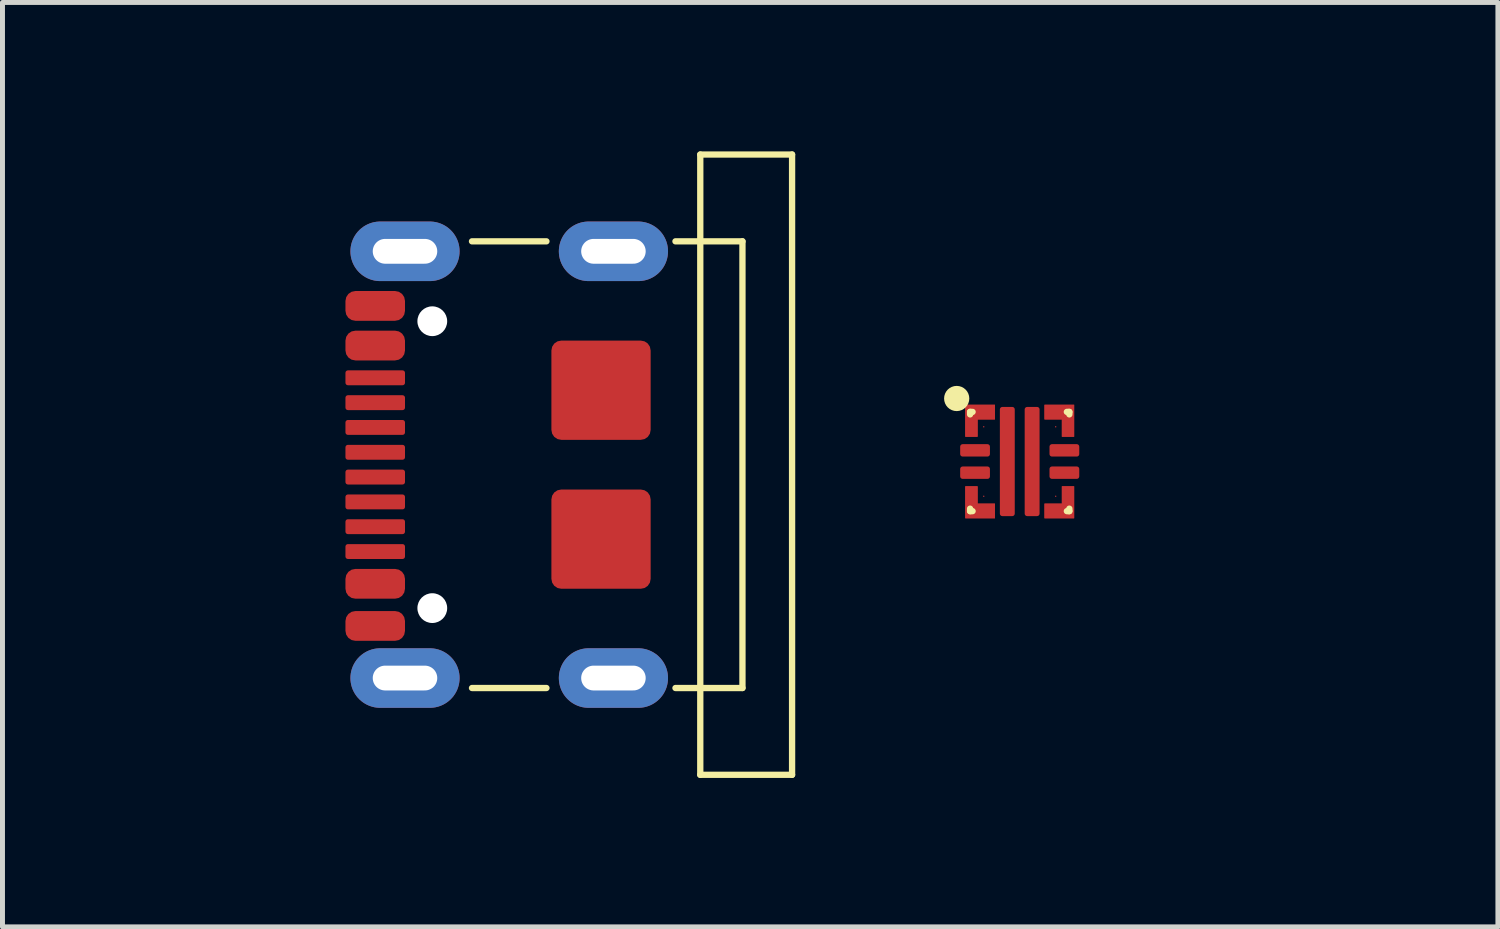
<source format=kicad_pcb>
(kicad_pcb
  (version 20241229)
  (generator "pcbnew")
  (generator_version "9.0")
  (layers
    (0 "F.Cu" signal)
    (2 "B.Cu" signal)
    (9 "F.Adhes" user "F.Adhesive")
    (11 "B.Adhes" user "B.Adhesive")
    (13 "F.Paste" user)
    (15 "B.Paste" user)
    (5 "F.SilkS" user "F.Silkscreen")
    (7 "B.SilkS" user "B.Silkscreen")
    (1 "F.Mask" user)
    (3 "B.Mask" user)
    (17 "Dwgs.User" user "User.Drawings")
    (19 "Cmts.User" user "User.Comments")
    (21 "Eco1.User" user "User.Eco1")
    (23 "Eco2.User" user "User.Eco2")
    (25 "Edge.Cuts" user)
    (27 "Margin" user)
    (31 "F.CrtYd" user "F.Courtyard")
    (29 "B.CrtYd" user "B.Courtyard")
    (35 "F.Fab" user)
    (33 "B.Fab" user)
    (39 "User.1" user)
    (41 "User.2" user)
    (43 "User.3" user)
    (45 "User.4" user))
  (footprint "USB2_0_TYPE_C"
    (layer "F.Cu")
    (at 8.244 6.25)
    (property "Reference" "USB2_0_TYPE_C" (at -0.191 0 270) (unlocked yes) (layer "Eco1.User") (effects (font (size 0.33 0.33) (thickness 0.02)) (justify left bottom mirror)))
    (fp_line (start -0.283 -4.437) (end -1.783 -4.437) (stroke (width 0.127) (type solid)) (layer "F.SilkS"))
    (fp_line (start -0.283 4.564) (end -1.783 4.564) (stroke (width 0.127) (type solid)) (layer "F.SilkS"))
    (fp_line (start 2.817 6.313) (end 2.817 -6.186) (stroke (width 0.127) (type solid)) (layer "F.SilkS"))
    (fp_line (start 3.667 -4.437) (end 2.317 -4.437) (stroke (width 0.127) (type solid)) (layer "F.SilkS"))
    (fp_line (start 3.667 4.564) (end 2.317 4.564) (stroke (width 0.127) (type solid)) (layer "F.SilkS"))
    (fp_line (start 3.667 4.564) (end 3.667 -4.437) (stroke (width 0.127) (type solid)) (layer "F.SilkS"))
    (fp_line (start 4.667 -6.186) (end 2.817 -6.186) (stroke (width 0.127) (type solid)) (layer "F.SilkS"))
    (fp_line (start 4.667 6.313) (end 2.817 6.313) (stroke (width 0.127) (type solid)) (layer "F.SilkS"))
    (fp_line (start 4.667 6.313) (end 4.667 -6.186) (stroke (width 0.127) (type solid)) (layer "F.SilkS"))
    (fp_line (start -3.683 4.508) (end -3.683 -4.508) (stroke (width 0.025) (type solid)) (layer "Eco1.User"))
    (fp_line (start 3.683 -4.508) (end -3.683 -4.508) (stroke (width 0.025) (type solid)) (layer "Eco1.User"))
    (fp_line (start 3.683 4.508) (end -3.683 4.508) (stroke (width 0.025) (type solid)) (layer "Eco1.User"))
    (fp_line (start 3.683 4.508) (end 3.683 -4.508) (stroke (width 0.025) (type solid)) (layer "Eco1.User"))
    (fp_poly (pts (xy 3.683 -4.508) (xy 3.683 4.508) (xy -3.683 4.508) (xy -3.683 -4.508)) (stroke (width 0.1) (type default)) (fill no) (layer "User.8"))
    (fp_text user "B9" (at -4.827 2.464 90) (unlocked yes) (layer "Eco1.User") (effects (font (size 0.635 0.635) (thickness 0.041)) (justify left bottom mirror)))
    (fp_text user "B1" (at -4.827 -3.136 90) (unlocked yes) (layer "Eco1.User") (effects (font (size 0.635 0.635) (thickness 0.041)) (justify left bottom mirror)))
    (fp_text user "S1" (at 0.559 4.286 0) (unlocked yes) (layer "Eco1.User") (effects (font (size 0.635 0.635) (thickness 0.041)) (justify left bottom mirror)))
    (fp_text user "B12" (at -5.335 3.313 90) (unlocked yes) (layer "Eco1.User") (effects (font (size 0.635 0.635) (thickness 0.041)) (justify left bottom mirror)))
    (fp_text user "B6" (at -4.827 -0.687 90) (unlocked yes) (layer "Eco1.User") (effects (font (size 0.635 0.635) (thickness 0.041)) (justify left bottom mirror)))
    (fp_text user "USB2.0 Type C" (at -1.143 -1.03 0) (unlocked yes) (layer "Eco1.User") (effects (font (size 0.635 0.635) (thickness 0.041)) (justify left bottom mirror)))
    (fp_text user "B5" (at -4.827 -1.687 90) (unlocked yes) (layer "Eco1.User") (effects (font (size 0.635 0.635) (thickness 0.041)) (justify left bottom mirror)))
    (fp_text user "B7" (at -4.827 0.814 90) (unlocked yes) (layer "Eco1.User") (effects (font (size 0.635 0.635) (thickness 0.041)) (justify left bottom mirror)))
    (fp_text user "B8" (at -4.827 1.814 90) (unlocked yes) (layer "Eco1.User") (effects (font (size 0.635 0.635) (thickness 0.041)) (justify left bottom mirror)))
    (fp_text user "S5" (at -0.277 1.564 90) (unlocked yes) (layer "Eco1.User") (effects (font (size 0.635 0.635) (thickness 0.041)) (justify left bottom mirror)))
    (fp_text user "A5" (at -4.827 1.313 90) (unlocked yes) (layer "Eco1.User") (effects (font (size 0.635 0.635) (thickness 0.041)) (justify left bottom mirror)))
    (fp_text user "S3" (at 0.559 -4.314 0) (unlocked yes) (layer "Eco1.User") (effects (font (size 0.635 0.635) (thickness 0.041)) (justify left bottom mirror)))
    (fp_text user "A8" (at -4.827 -1.186 90) (unlocked yes) (layer "Eco1.User") (effects (font (size 0.635 0.635) (thickness 0.041)) (justify left bottom mirror)))
    (fp_text user "S4" (at -3.641 -4.314 0) (unlocked yes) (layer "Eco1.User") (effects (font (size 0.635 0.635) (thickness 0.041)) (justify left bottom mirror)))
    (fp_text user "A6" (at -4.827 0.313 90) (unlocked yes) (layer "Eco1.User") (effects (font (size 0.635 0.635) (thickness 0.041)) (justify left bottom mirror)))
    (fp_text user "B4" (at -4.827 -2.337 90) (unlocked yes) (layer "Eco1.User") (effects (font (size 0.635 0.635) (thickness 0.041)) (justify left bottom mirror)))
    (fp_text user "S2" (at -3.641 4.286 0) (unlocked yes) (layer "Eco1.User") (effects (font (size 0.635 0.635) (thickness 0.041)) (justify left bottom mirror)))
    (fp_text user "A7" (at -4.827 -0.186 90) (unlocked yes) (layer "Eco1.User") (effects (font (size 0.635 0.635) (thickness 0.041)) (justify left bottom mirror)))
    (fp_text user "S6" (at -0.277 -1.437 90) (unlocked yes) (layer "Eco1.User") (effects (font (size 0.635 0.635) (thickness 0.041)) (justify left bottom mirror)))
    (pad "" np_thru_hole circle (at -2.583 -2.827 180) (size 0.6 0.6) (drill 0.6) (layers "*.Cu" "*.Mask"))
    (pad "" np_thru_hole circle (at -2.583 2.954 180) (size 0.6 0.6) (drill 0.6) (layers "*.Cu" "*.Mask"))
    (pad "A5" smd roundrect (at -3.733 1.313 90) (size 0.3 1.2) (layers "F.Cu" "F.Mask" "F.Paste") (roundrect_rratio 0.165))
    (pad "A6" smd roundrect (at -3.733 0.313 90) (size 0.3 1.2) (layers "F.Cu" "F.Mask" "F.Paste") (roundrect_rratio 0.165))
    (pad "A7" smd roundrect (at -3.733 -0.186 90) (size 0.3 1.2) (layers "F.Cu" "F.Mask" "F.Paste") (roundrect_rratio 0.165))
    (pad "A8" smd roundrect (at -3.733 -1.186 90) (size 0.3 1.2) (layers "F.Cu" "F.Mask" "F.Paste") (roundrect_rratio 0.165))
    (pad "B1" smd roundrect (at -3.733 -3.136 90) (size 0.6 1.2) (layers "F.Cu" "F.Mask" "F.Paste") (roundrect_rratio 0.335))
    (pad "B4" smd roundrect (at -3.733 -2.337 90) (size 0.6 1.2) (layers "F.Cu" "F.Mask" "F.Paste") (roundrect_rratio 0.335))
    (pad "B5" smd roundrect (at -3.733 -1.687 90) (size 0.3 1.2) (layers "F.Cu" "F.Mask" "F.Paste") (roundrect_rratio 0.165))
    (pad "B6" smd roundrect (at -3.733 -0.687 90) (size 0.3 1.2) (layers "F.Cu" "F.Mask" "F.Paste") (roundrect_rratio 0.165))
    (pad "B7" smd roundrect (at -3.733 0.814 90) (size 0.3 1.2) (layers "F.Cu" "F.Mask" "F.Paste") (roundrect_rratio 0.165))
    (pad "B8" smd roundrect (at -3.733 1.814 90) (size 0.3 1.2) (layers "F.Cu" "F.Mask" "F.Paste") (roundrect_rratio 0.165))
    (pad "B9" smd roundrect (at -3.733 2.464 90) (size 0.6 1.2) (layers "F.Cu" "F.Mask" "F.Paste") (roundrect_rratio 0.335))
    (pad "B12" smd roundrect (at -3.733 3.313 90) (size 0.6 1.2) (layers "F.Cu" "F.Mask" "F.Paste") (roundrect_rratio 0.335))
    (pad "S1" thru_hole oval (at 1.067 4.363 180) (size 2.2 1.2) (drill oval 1.3 0.5) (layers "*.Cu" "*.Mask"))
    (pad "S2" thru_hole oval (at -3.133 4.363 180) (size 2.2 1.2) (drill oval 1.3 0.5) (layers "*.Cu" "*.Mask"))
    (pad "S3" thru_hole oval (at 1.067 -4.236 180) (size 2.2 1.2) (drill oval 1.3 0.5) (layers "*.Cu" "*.Mask"))
    (pad "S4" thru_hole oval (at -3.133 -4.236 180) (size 2.2 1.2) (drill oval 1.3 0.5) (layers "*.Cu" "*.Mask"))
    (pad "S5" smd roundrect (at 0.817 1.564 90) (size 2 2) (layers "F.Cu" "F.Mask" "F.Paste") (roundrect_rratio 0.1))
    (pad "S6" smd roundrect (at 0.817 -1.437 90) (size 2 2) (layers "F.Cu" "F.Mask" "F.Paste") (roundrect_rratio 0.1)))
  (footprint "VQFN10_0D45_2X2X1MM"
    (layer "F.Cu")
    (at 17.498 6.25)
    (property "Reference" "VQFN10_0D45_2X2X1MM" (at 0.206 -0.264 270) (unlocked yes) (layer "Eco1.User") (effects (font (size 0.33 0.33) (thickness 0.02)) (justify left bottom mirror)))
    (fp_poly (pts (xy -0.551 -1.247) (xy -0.899 -1.247) (xy -0.899 -0.898) (xy -1.249 -0.898) (xy -1.249 -0.502) (xy -0.551 -0.502)) (stroke (width 0.1) (type dash)) (fill no) (layer "F.Mask"))
    (fp_poly (pts (xy -0.551 -1.247) (xy -0.899 -1.247) (xy -0.899 -0.898) (xy -1.249 -0.898) (xy -1.249 -0.502) (xy -0.551 -0.502)) (stroke (width 0.1) (type dash)) (fill no) (layer "F.Mask"))
    (fp_poly (pts (xy -0.551 1.247) (xy -0.899 1.247) (xy -0.899 0.898) (xy -1.249 0.898) (xy -1.249 0.502) (xy -0.551 0.502)) (stroke (width 0.1) (type dash)) (fill no) (layer "F.Mask"))
    (fp_poly (pts (xy -0.551 1.247) (xy -0.899 1.247) (xy -0.899 0.898) (xy -1.249 0.898) (xy -1.249 0.502) (xy -0.551 0.502)) (stroke (width 0.1) (type dash)) (fill no) (layer "F.Mask"))
    (fp_poly (pts (xy 0.551 -1.247) (xy 0.899 -1.247) (xy 0.899 -0.898) (xy 1.249 -0.898) (xy 1.249 -0.502) (xy 0.551 -0.502)) (stroke (width 0.1) (type dash)) (fill no) (layer "F.Mask"))
    (fp_poly (pts (xy 0.551 -1.247) (xy 0.899 -1.247) (xy 0.899 -0.898) (xy 1.249 -0.898) (xy 1.249 -0.502) (xy 0.551 -0.502)) (stroke (width 0.1) (type dash)) (fill no) (layer "F.Mask"))
    (fp_poly (pts (xy 0.551 1.247) (xy 0.899 1.247) (xy 0.899 0.898) (xy 1.249 0.898) (xy 1.249 0.502) (xy 0.551 0.502)) (stroke (width 0.1) (type dash)) (fill no) (layer "F.Mask"))
    (fp_poly (pts (xy 0.551 1.247) (xy 0.899 1.247) (xy 0.899 0.898) (xy 1.249 0.898) (xy 1.249 0.502) (xy 0.551 0.502)) (stroke (width 0.1) (type dash)) (fill no) (layer "F.Mask"))
    (fp_line (start -1 -1) (end -0.95 -1) (stroke (width 0.127) (type solid)) (layer "F.SilkS"))
    (fp_line (start -1 -0.95) (end -1 -1) (stroke (width 0.127) (type solid)) (layer "F.SilkS"))
    (fp_line (start -1 1) (end -1 0.95) (stroke (width 0.127) (type solid)) (layer "F.SilkS"))
    (fp_line (start -1 1) (end -0.95 1) (stroke (width 0.127) (type solid)) (layer "F.SilkS"))
    (fp_line (start 0.95 -1) (end 1 -1) (stroke (width 0.127) (type solid)) (layer "F.SilkS"))
    (fp_line (start 0.95 1) (end 1 1) (stroke (width 0.127) (type solid)) (layer "F.SilkS"))
    (fp_line (start 1 -0.95) (end 1 -1) (stroke (width 0.127) (type solid)) (layer "F.SilkS"))
    (fp_line (start 1 1) (end 1 0.95) (stroke (width 0.127) (type solid)) (layer "F.SilkS"))
    (fp_circle (center -1.27 -1.27) (end -1.397 -1.27) (stroke (width 0.254) (type solid)) (fill no) (layer "F.SilkS"))
    (fp_poly (pts (xy -0.849 -0.848) (xy -1.199 -0.848) (xy -1.199 -0.552) (xy -0.601 -0.552) (xy -0.601 -1.197) (xy -0.849 -1.197)) (stroke (width 0.1) (type dash)) (fill no) (layer "F.Paste"))
    (fp_poly (pts (xy -0.849 -0.848) (xy -1.199 -0.848) (xy -1.199 -0.552) (xy -0.601 -0.552) (xy -0.601 -1.197) (xy -0.849 -1.197)) (stroke (width 0.1) (type dash)) (fill no) (layer "F.Paste"))
    (fp_poly (pts (xy -0.849 0.848) (xy -1.199 0.848) (xy -1.199 0.552) (xy -0.601 0.552) (xy -0.601 1.197) (xy -0.849 1.197)) (stroke (width 0.1) (type dash)) (fill no) (layer "F.Paste"))
    (fp_poly (pts (xy -0.849 0.848) (xy -1.199 0.848) (xy -1.199 0.552) (xy -0.601 0.552) (xy -0.601 1.197) (xy -0.849 1.197)) (stroke (width 0.1) (type dash)) (fill no) (layer "F.Paste"))
    (fp_poly (pts (xy 0.849 -0.848) (xy 1.199 -0.848) (xy 1.199 -0.552) (xy 0.601 -0.552) (xy 0.601 -1.197) (xy 0.849 -1.197)) (stroke (width 0.1) (type dash)) (fill no) (layer "F.Paste"))
    (fp_poly (pts (xy 0.849 -0.848) (xy 1.199 -0.848) (xy 1.199 -0.552) (xy 0.601 -0.552) (xy 0.601 -1.197) (xy 0.849 -1.197)) (stroke (width 0.1) (type dash)) (fill no) (layer "F.Paste"))
    (fp_poly (pts (xy 0.849 0.848) (xy 1.199 0.848) (xy 1.199 0.552) (xy 0.601 0.552) (xy 0.601 1.197) (xy 0.849 1.197)) (stroke (width 0.1) (type dash)) (fill no) (layer "F.Paste"))
    (fp_poly (pts (xy 0.849 0.848) (xy 1.199 0.848) (xy 1.199 0.552) (xy 0.601 0.552) (xy 0.601 1.197) (xy 0.849 1.197)) (stroke (width 0.1) (type dash)) (fill no) (layer "F.Paste"))
    (fp_line (start -1.016 -1.016) (end 1.016 -1.016) (stroke (width 0.025) (type solid)) (layer "Eco1.User"))
    (fp_line (start -1.016 1.016) (end -1.016 -1.016) (stroke (width 0.025) (type solid)) (layer "Eco1.User"))
    (fp_line (start -1.016 1.016) (end 1.016 1.016) (stroke (width 0.025) (type solid)) (layer "Eco1.User"))
    (fp_line (start 1.016 1.016) (end 1.016 -1.016) (stroke (width 0.025) (type solid)) (layer "Eco1.User"))
    (fp_circle (center -0.762 -0.762) (end -0.889 -0.762) (stroke (width 0.254) (type solid)) (fill no) (layer "Eco1.User"))
    (fp_poly (pts (xy -1.016 -1.016) (xy -1.016 1.016) (xy 1.016 1.016) (xy 1.016 -1.016)) (stroke (width 0.1) (type default)) (fill no) (layer "User.8"))
    (fp_text user "3" (at -0.822 -0.029 270) (unlocked yes) (layer "Eco1.User") (effects (font (size 0.635 0.635) (thickness 0.041)) (justify left bottom mirror)))
    (fp_text user "8" (at 0.978 -0.029 270) (unlocked yes) (layer "Eco1.User") (effects (font (size 0.635 0.635) (thickness 0.041)) (justify left bottom mirror)))
    (fp_text user "10" (at 0.725 -1.286 0) (unlocked yes) (layer "Eco1.User") (effects (font (size 0.635 0.635) (thickness 0.041)) (justify left bottom mirror)))
    (fp_text user "1" (at -0.725 -0.876 180) (unlocked yes) (layer "Eco1.User") (effects (font (size 0.635 0.635) (thickness 0.041)) (justify left bottom mirror)))
    (fp_text user "5" (at -0.25 -0.176 180) (unlocked yes) (layer "Eco1.User") (effects (font (size 0.635 0.635) (thickness 0.041)) (justify left bottom mirror)))
    (fp_text user "6" (at 0.25 -0.176 180) (unlocked yes) (layer "Eco1.User") (effects (font (size 0.635 0.635) (thickness 0.041)) (justify left bottom mirror)))
    (fp_text user "LM73100RPWR" (at -0.254 -0.049 180) (unlocked yes) (layer "Eco1.User") (effects (font (size 0.635 0.635) (thickness 0.041)) (justify left bottom mirror)))
    (fp_text user "2" (at -0.822 -0.479 270) (unlocked yes) (layer "Eco1.User") (effects (font (size 0.635 0.635) (thickness 0.041)) (justify left bottom mirror)))
    (fp_text user "7" (at 0.725 0.368 0) (unlocked yes) (layer "Eco1.User") (effects (font (size 0.635 0.635) (thickness 0.041)) (justify left bottom mirror)))
    (fp_text user "9" (at 0.978 -0.479 270) (unlocked yes) (layer "Eco1.User") (effects (font (size 0.635 0.635) (thickness 0.041)) (justify left bottom mirror)))
    (fp_text user "4" (at -0.725 0.524 180) (unlocked yes) (layer "Eco1.User") (effects (font (size 0.635 0.635) (thickness 0.041)) (justify left bottom mirror)))
    (pad "" smd custom (at -0.849 -0.848 90) (size 0.000001 0.000001) (layers "F.Cu") (options (anchor circle)) (primitives (gr_poly (pts (xy 0 0) (xy 0 0.35) (xy 0.296 0.35) (xy 0.296 -0.248) (xy -0.349 -0.248) (xy -0.349 0)) (width 0) (fill yes))))
    (pad "" smd custom (at -0.849 -0.848 90) (size 0.000001 0.000001) (layers "F.Cu") (options (anchor circle)) (primitives (gr_poly (pts (xy 0 0) (xy 0 0.35) (xy 0.296 0.35) (xy 0.296 -0.248) (xy -0.349 -0.248) (xy -0.349 0)) (width 0) (fill yes))))
    (pad "" smd custom (at -0.849 0.848 90) (size 0.000001 0.000001) (layers "F.Cu") (options (anchor circle)) (primitives (gr_poly (pts (xy 0 0) (xy 0 0.35) (xy -0.296 0.35) (xy -0.296 -0.248) (xy 0.349 -0.248) (xy 0.349 0)) (width 0) (fill yes))))
    (pad "" smd custom (at -0.849 0.848 90) (size 0.000001 0.000001) (layers "F.Cu") (options (anchor circle)) (primitives (gr_poly (pts (xy 0 0) (xy 0 0.35) (xy -0.296 0.35) (xy -0.296 -0.248) (xy 0.349 -0.248) (xy 0.349 0)) (width 0) (fill yes))))
    (pad "" smd custom (at 0.849 -0.848 90) (size 0.000001 0.000001) (layers "F.Cu") (options (anchor circle)) (primitives (gr_poly (pts (xy 0 0) (xy 0 -0.35) (xy 0.296 -0.35) (xy 0.296 0.248) (xy -0.349 0.248) (xy -0.349 0)) (width 0) (fill yes))))
    (pad "" smd custom (at 0.849 -0.848 90) (size 0.000001 0.000001) (layers "F.Cu") (options (anchor circle)) (primitives (gr_poly (pts (xy 0 0) (xy 0 -0.35) (xy 0.296 -0.35) (xy 0.296 0.248) (xy -0.349 0.248) (xy -0.349 0)) (width 0) (fill yes))))
    (pad "" smd custom (at 0.849 0.848 90) (size 0.000001 0.000001) (layers "F.Cu") (options (anchor circle)) (primitives (gr_poly (pts (xy 0 0) (xy 0 -0.35) (xy -0.296 -0.35) (xy -0.296 0.248) (xy 0.349 0.248) (xy 0.349 0)) (width 0) (fill yes))))
    (pad "" smd custom (at 0.849 0.848 90) (size 0.000001 0.000001) (layers "F.Cu") (options (anchor circle)) (primitives (gr_poly (pts (xy 0 0) (xy 0 -0.35) (xy -0.296 -0.35) (xy -0.296 0.248) (xy 0.349 0.248) (xy 0.349 0)) (width 0) (fill yes))))
    (pad "1" smd roundrect (at -0.725 -0.7 90) (size 0.025 0.025) (layers "F.Cu" "F.Mask" "F.Paste") (roundrect_rratio 0.25) (chamfer_ratio 0.25) (chamfer top_left top_right bottom_left bottom_right))
    (pad "2" smd roundrect (at -0.9 -0.225 90) (size 0.25 0.6) (layers "F.Cu" "F.Mask" "F.Paste") (roundrect_rratio 0.2))
    (pad "3" smd roundrect (at -0.9 0.225 90) (size 0.25 0.6) (layers "F.Cu" "F.Mask" "F.Paste") (roundrect_rratio 0.2))
    (pad "4" smd roundrect (at -0.725 0.7 90) (size 0.025 0.025) (layers "F.Cu" "F.Mask" "F.Paste") (roundrect_rratio 0.25) (chamfer_ratio 0.25) (chamfer top_left top_right bottom_left bottom_right))
    (pad "5" smd roundrect (at -0.25 0) (size 0.3 2.2) (layers "F.Cu" "F.Mask" "F.Paste") (roundrect_rratio 0.165))
    (pad "6" smd roundrect (at 0.25 0) (size 0.3 2.2) (layers "F.Cu" "F.Mask" "F.Paste") (roundrect_rratio 0.165))
    (pad "7" smd roundrect (at 0.725 0.7 90) (size 0.025 0.025) (layers "F.Cu" "F.Mask" "F.Paste") (roundrect_rratio 0.25) (chamfer_ratio 0.25) (chamfer top_left top_right bottom_left bottom_right))
    (pad "8" smd roundrect (at 0.9 0.225 90) (size 0.25 0.6) (layers "F.Cu" "F.Mask" "F.Paste") (roundrect_rratio 0.2))
    (pad "9" smd roundrect (at 0.9 -0.225 90) (size 0.25 0.6) (layers "F.Cu" "F.Mask" "F.Paste") (roundrect_rratio 0.2))
    (pad "10" smd roundrect (at 0.725 -0.7 90) (size 0.025 0.025) (layers "F.Cu" "F.Mask" "F.Paste") (roundrect_rratio 0.25) (chamfer_ratio 0.25) (chamfer top_left top_right bottom_left bottom_right)))
  (gr_rect
    (start -3 -3)
    (end 27.134 15.627)
    (stroke (width 0.1) (type default))
    (fill no)
    (layer "Edge.Cuts")))
</source>
